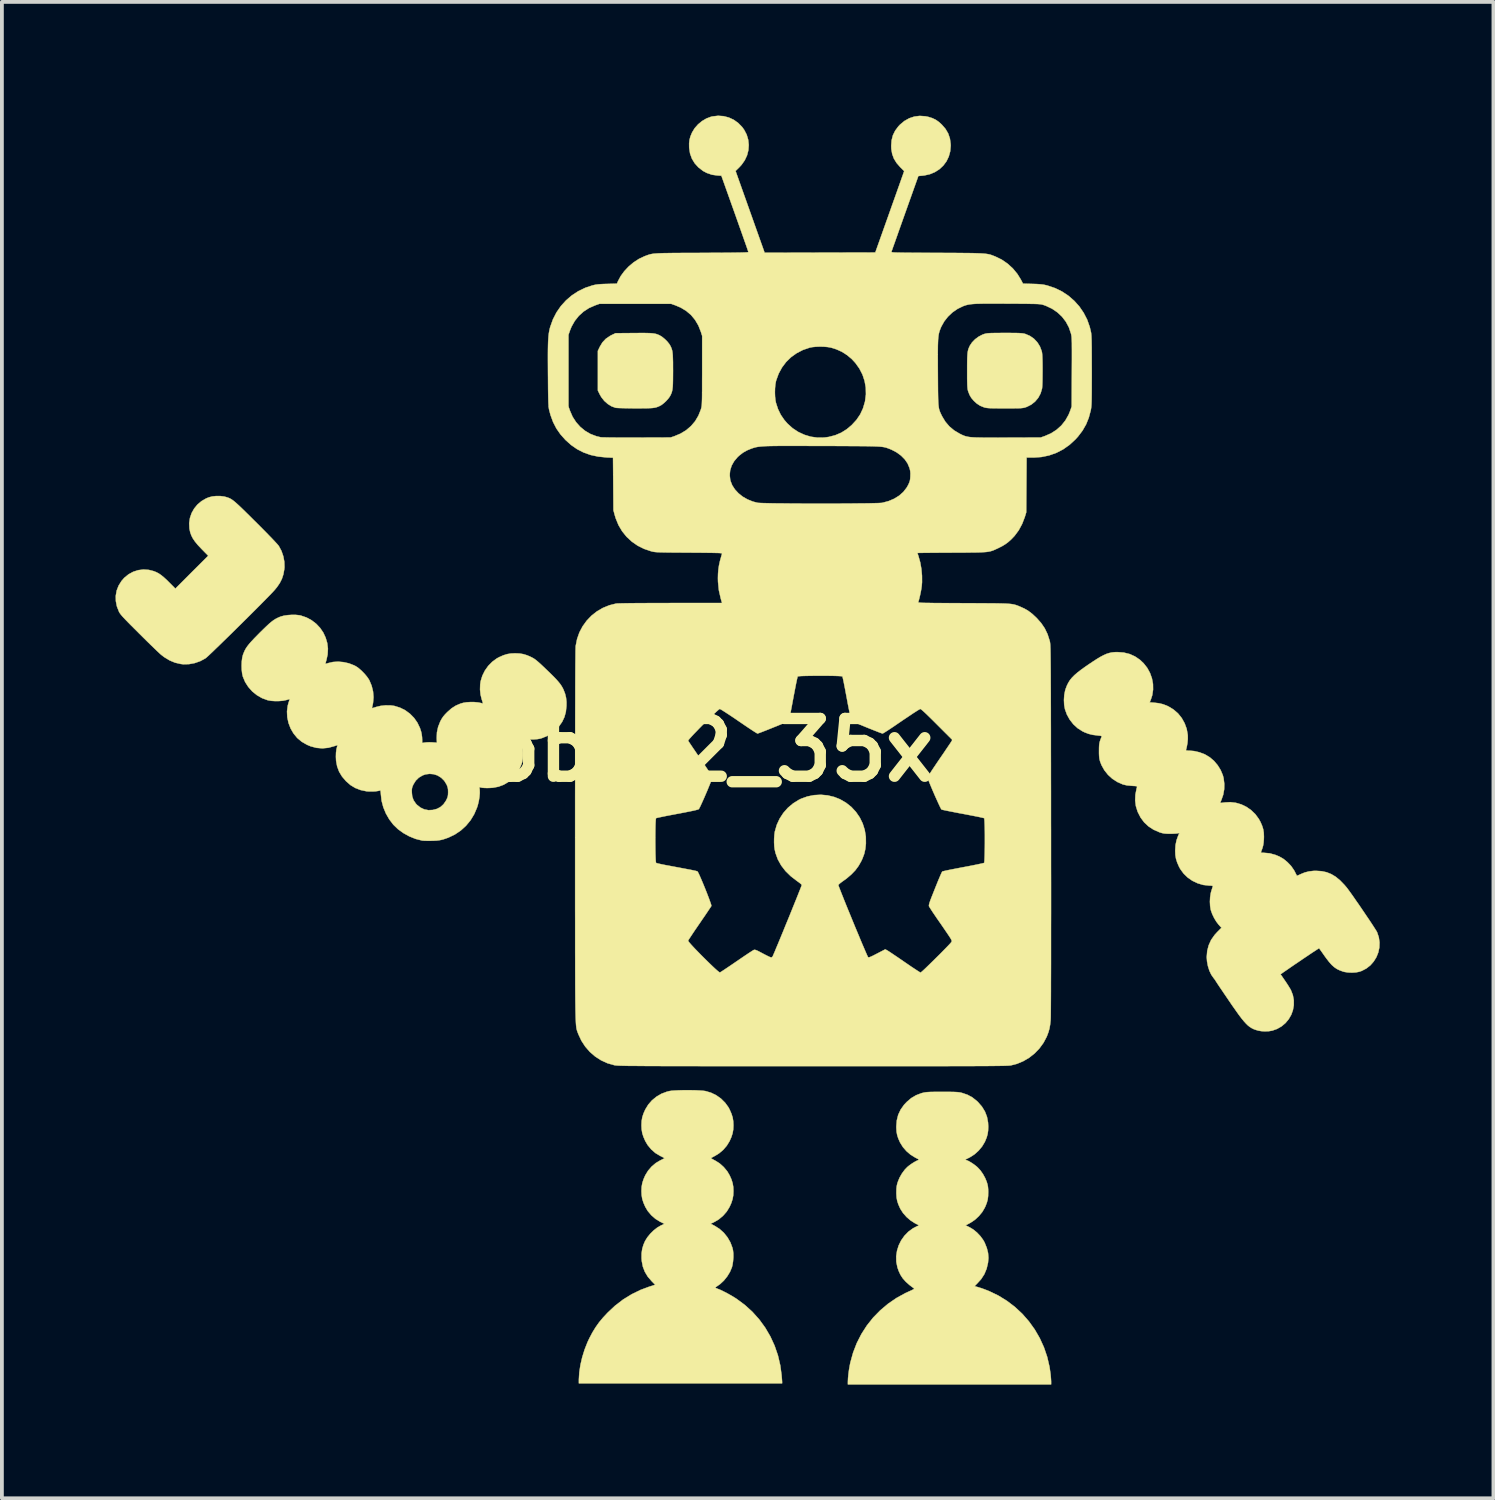
<source format=kicad_pcb>
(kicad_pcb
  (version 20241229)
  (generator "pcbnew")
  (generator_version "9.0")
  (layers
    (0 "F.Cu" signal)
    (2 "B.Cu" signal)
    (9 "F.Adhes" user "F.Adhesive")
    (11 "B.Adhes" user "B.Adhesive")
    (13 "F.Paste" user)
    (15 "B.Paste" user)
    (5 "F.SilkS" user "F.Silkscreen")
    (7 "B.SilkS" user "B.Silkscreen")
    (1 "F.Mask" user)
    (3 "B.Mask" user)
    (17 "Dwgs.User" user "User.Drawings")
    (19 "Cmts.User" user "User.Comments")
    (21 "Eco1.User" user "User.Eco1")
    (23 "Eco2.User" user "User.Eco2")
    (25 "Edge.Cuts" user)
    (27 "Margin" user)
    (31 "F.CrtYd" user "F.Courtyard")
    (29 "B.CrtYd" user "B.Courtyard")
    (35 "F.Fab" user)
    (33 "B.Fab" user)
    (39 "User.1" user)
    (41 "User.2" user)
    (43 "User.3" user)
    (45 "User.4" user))
  (footprint "robot2_35x35"
    (layer "F.Cu")
    (at 16.669 16.742)
    (property "Reference" "robot2_35x35" (at 0 0 0) (layer "F.SilkS") (effects (font (size 1.524 1.524) (thickness 0.3))))
    (attr through_hole)
    (fp_poly (pts (xy -2.647 -11.004) (xy -2.569 -11.002) (xy -2.505 -10.997) (xy -2.453 -10.99) (xy -2.41 -10.981) (xy -2.372 -10.968) (xy -2.335 -10.953) (xy -2.308 -10.94) (xy -2.243 -10.899) (xy -2.174 -10.842) (xy -2.11 -10.778) (xy -2.06 -10.715) (xy -2.05 -10.699) (xy -2.027 -10.659) (xy -2.009 -10.62) (xy -1.994 -10.58) (xy -1.982 -10.535) (xy -1.974 -10.482) (xy -1.968 -10.418) (xy -1.965 -10.338) (xy -1.962 -10.24) (xy -1.962 -10.119) (xy -1.961 -10.012) (xy -1.962 -9.872) (xy -1.963 -9.758) (xy -1.965 -9.664) (xy -1.969 -9.589) (xy -1.976 -9.527) (xy -1.985 -9.477) (xy -1.997 -9.434) (xy -2.013 -9.394) (xy -2.032 -9.355) (xy -2.05 -9.324) (xy -2.09 -9.27) (xy -2.144 -9.21) (xy -2.205 -9.154) (xy -2.264 -9.108) (xy -2.294 -9.091) (xy -2.334 -9.071) (xy -2.371 -9.056) (xy -2.409 -9.043) (xy -2.452 -9.034) (xy -2.504 -9.027) (xy -2.567 -9.023) (xy -2.645 -9.02) (xy -2.742 -9.019) (xy -2.861 -9.018) (xy -2.962 -9.018) (xy -3.076 -9.019) (xy -3.183 -9.021) (xy -3.279 -9.023) (xy -3.361 -9.025) (xy -3.424 -9.028) (xy -3.465 -9.031) (xy -3.477 -9.033) (xy -3.582 -9.071) (xy -3.682 -9.133) (xy -3.774 -9.214) (xy -3.851 -9.311) (xy -3.892 -9.382) (xy -3.944 -9.488) (xy -3.944 -10.534) (xy -3.893 -10.641) (xy -3.824 -10.757) (xy -3.735 -10.852) (xy -3.626 -10.927) (xy -3.585 -10.949) (xy -3.478 -11) (xy -3.006 -11.004) (xy -2.862 -11.005) (xy -2.744 -11.006) (xy -2.647 -11.004)) (stroke (width 0.01) (type solid)) (fill yes) (layer "F.SilkS"))
    (fp_poly (pts (xy 6.923 -11.007) (xy 7.026 -11.006) (xy 7.108 -11.005) (xy 7.172 -11.003) (xy 7.222 -11) (xy 7.261 -10.996) (xy 7.292 -10.991) (xy 7.32 -10.985) (xy 7.336 -10.98) (xy 7.457 -10.928) (xy 7.563 -10.854) (xy 7.651 -10.76) (xy 7.72 -10.65) (xy 7.766 -10.528) (xy 7.775 -10.486) (xy 7.779 -10.448) (xy 7.783 -10.386) (xy 7.786 -10.305) (xy 7.788 -10.211) (xy 7.789 -10.108) (xy 7.789 -10) (xy 7.788 -9.893) (xy 7.787 -9.791) (xy 7.785 -9.699) (xy 7.782 -9.623) (xy 7.778 -9.565) (xy 7.775 -9.538) (xy 7.737 -9.411) (xy 7.676 -9.297) (xy 7.593 -9.198) (xy 7.492 -9.117) (xy 7.376 -9.058) (xy 7.336 -9.044) (xy 7.31 -9.036) (xy 7.282 -9.03) (xy 7.249 -9.026) (xy 7.207 -9.022) (xy 7.154 -9.02) (xy 7.085 -9.019) (xy 6.997 -9.018) (xy 6.886 -9.018) (xy 6.79 -9.018) (xy 6.66 -9.018) (xy 6.556 -9.019) (xy 6.473 -9.02) (xy 6.408 -9.022) (xy 6.357 -9.025) (xy 6.319 -9.029) (xy 6.288 -9.034) (xy 6.261 -9.04) (xy 6.248 -9.044) (xy 6.142 -9.087) (xy 6.052 -9.146) (xy 5.974 -9.218) (xy 5.91 -9.293) (xy 5.865 -9.369) (xy 5.83 -9.458) (xy 5.822 -9.482) (xy 5.816 -9.508) (xy 5.811 -9.54) (xy 5.807 -9.582) (xy 5.804 -9.636) (xy 5.802 -9.706) (xy 5.8 -9.795) (xy 5.8 -9.907) (xy 5.8 -10.012) (xy 5.8 -10.149) (xy 5.801 -10.26) (xy 5.803 -10.351) (xy 5.807 -10.424) (xy 5.812 -10.484) (xy 5.82 -10.532) (xy 5.83 -10.573) (xy 5.844 -10.611) (xy 5.861 -10.649) (xy 5.873 -10.674) (xy 5.93 -10.759) (xy 6.009 -10.84) (xy 6.102 -10.909) (xy 6.203 -10.962) (xy 6.253 -10.98) (xy 6.279 -10.987) (xy 6.307 -10.993) (xy 6.341 -10.998) (xy 6.383 -11.001) (xy 6.438 -11.004) (xy 6.508 -11.005) (xy 6.598 -11.006) (xy 6.71 -11.007) (xy 6.795 -11.007) (xy 6.923 -11.007)) (stroke (width 0.01) (type solid)) (fill yes) (layer "F.SilkS"))
    (fp_poly (pts (xy -13.905 -6.703) (xy -13.808 -6.691) (xy -13.78 -6.684) (xy -13.739 -6.673) (xy -13.703 -6.661) (xy -13.669 -6.648) (xy -13.635 -6.631) (xy -13.599 -6.609) (xy -13.559 -6.58) (xy -13.514 -6.543) (xy -13.461 -6.496) (xy -13.398 -6.438) (xy -13.323 -6.366) (xy -13.235 -6.28) (xy -13.131 -6.178) (xy -13.01 -6.057) (xy -12.978 -6.026) (xy -12.842 -5.89) (xy -12.72 -5.767) (xy -12.615 -5.659) (xy -12.526 -5.567) (xy -12.455 -5.491) (xy -12.402 -5.433) (xy -12.368 -5.393) (xy -12.36 -5.381) (xy -12.292 -5.254) (xy -12.244 -5.114) (xy -12.217 -4.969) (xy -12.213 -4.825) (xy -12.219 -4.768) (xy -12.243 -4.636) (xy -12.281 -4.519) (xy -12.336 -4.41) (xy -12.41 -4.301) (xy -12.48 -4.217) (xy -12.516 -4.178) (xy -12.569 -4.122) (xy -12.637 -4.052) (xy -12.717 -3.97) (xy -12.809 -3.877) (xy -12.91 -3.775) (xy -13.018 -3.667) (xy -13.132 -3.553) (xy -13.25 -3.436) (xy -13.37 -3.317) (xy -13.49 -3.199) (xy -13.608 -3.082) (xy -13.723 -2.97) (xy -13.833 -2.863) (xy -13.935 -2.763) (xy -14.029 -2.673) (xy -14.111 -2.593) (xy -14.181 -2.527) (xy -14.237 -2.475) (xy -14.276 -2.44) (xy -14.297 -2.423) (xy -14.433 -2.349) (xy -14.58 -2.297) (xy -14.73 -2.269) (xy -14.879 -2.265) (xy -14.95 -2.273) (xy -15.101 -2.308) (xy -15.245 -2.368) (xy -15.385 -2.453) (xy -15.462 -2.512) (xy -15.491 -2.537) (xy -15.538 -2.581) (xy -15.6 -2.639) (xy -15.674 -2.711) (xy -15.759 -2.793) (xy -15.852 -2.884) (xy -15.949 -2.98) (xy -16.046 -3.076) (xy -16.161 -3.191) (xy -16.258 -3.288) (xy -16.338 -3.369) (xy -16.403 -3.436) (xy -16.454 -3.49) (xy -16.495 -3.535) (xy -16.526 -3.572) (xy -16.549 -3.602) (xy -16.566 -3.627) (xy -16.579 -3.65) (xy -16.579 -3.651) (xy -16.634 -3.791) (xy -16.662 -3.932) (xy -16.664 -4.073) (xy -16.64 -4.21) (xy -16.589 -4.34) (xy -16.514 -4.461) (xy -16.441 -4.545) (xy -16.329 -4.637) (xy -16.205 -4.705) (xy -16.072 -4.748) (xy -15.933 -4.765) (xy -15.792 -4.755) (xy -15.663 -4.722) (xy -15.596 -4.695) (xy -15.532 -4.662) (xy -15.468 -4.618) (xy -15.398 -4.561) (xy -15.318 -4.488) (xy -15.254 -4.424) (xy -15.092 -4.261) (xy -14.659 -4.695) (xy -14.225 -5.128) (xy -14.406 -5.313) (xy -14.501 -5.414) (xy -14.574 -5.503) (xy -14.63 -5.585) (xy -14.671 -5.665) (xy -14.7 -5.748) (xy -14.719 -5.837) (xy -14.721 -5.851) (xy -14.727 -5.99) (xy -14.707 -6.125) (xy -14.663 -6.254) (xy -14.596 -6.373) (xy -14.509 -6.479) (xy -14.403 -6.569) (xy -14.281 -6.64) (xy -14.207 -6.67) (xy -14.117 -6.693) (xy -14.012 -6.704) (xy -13.905 -6.703)) (stroke (width 0.01) (type solid)) (fill yes) (layer "F.SilkS"))
    (fp_poly (pts (xy -1.476 8.974) (xy -1.365 8.976) (xy -1.263 8.981) (xy -1.178 8.987) (xy -1.114 8.995) (xy -1.104 8.997) (xy -0.958 9.04) (xy -0.821 9.107) (xy -0.696 9.195) (xy -0.588 9.302) (xy -0.5 9.423) (xy -0.468 9.483) (xy -0.42 9.593) (xy -0.388 9.693) (xy -0.372 9.793) (xy -0.367 9.899) (xy -0.372 10.01) (xy -0.39 10.111) (xy -0.422 10.211) (xy -0.468 10.315) (xy -0.541 10.435) (xy -0.636 10.546) (xy -0.747 10.64) (xy -0.85 10.704) (xy -0.899 10.73) (xy -0.937 10.751) (xy -0.957 10.764) (xy -0.959 10.767) (xy -0.948 10.776) (xy -0.917 10.794) (xy -0.872 10.819) (xy -0.85 10.83) (xy -0.731 10.905) (xy -0.623 11.002) (xy -0.53 11.114) (xy -0.468 11.219) (xy -0.419 11.329) (xy -0.388 11.429) (xy -0.371 11.53) (xy -0.367 11.635) (xy -0.372 11.746) (xy -0.39 11.847) (xy -0.422 11.947) (xy -0.468 12.05) (xy -0.543 12.174) (xy -0.64 12.285) (xy -0.752 12.38) (xy -0.854 12.441) (xy -0.968 12.498) (xy -0.863 12.552) (xy -0.735 12.633) (xy -0.621 12.735) (xy -0.525 12.855) (xy -0.448 12.988) (xy -0.395 13.129) (xy -0.38 13.191) (xy -0.37 13.277) (xy -0.369 13.379) (xy -0.377 13.485) (xy -0.392 13.583) (xy -0.407 13.645) (xy -0.459 13.768) (xy -0.532 13.888) (xy -0.62 13.997) (xy -0.719 14.089) (xy -0.78 14.132) (xy -0.816 14.157) (xy -0.841 14.175) (xy -0.847 14.182) (xy -0.835 14.191) (xy -0.805 14.205) (xy -0.794 14.209) (xy -0.716 14.24) (xy -0.623 14.285) (xy -0.522 14.337) (xy -0.419 14.395) (xy -0.322 14.454) (xy -0.285 14.478) (xy -0.065 14.641) (xy 0.135 14.823) (xy 0.314 15.023) (xy 0.472 15.24) (xy 0.607 15.471) (xy 0.719 15.715) (xy 0.807 15.971) (xy 0.869 16.237) (xy 0.902 16.482) (xy 0.908 16.55) (xy 0.913 16.609) (xy 0.916 16.654) (xy 0.917 16.676) (xy 0.917 16.708) (xy -4.445 16.708) (xy -4.445 16.605) (xy -4.434 16.421) (xy -4.404 16.223) (xy -4.357 16.02) (xy -4.294 15.817) (xy -4.217 15.622) (xy -4.167 15.516) (xy -4.086 15.362) (xy -4.002 15.226) (xy -3.912 15.099) (xy -3.808 14.974) (xy -3.69 14.847) (xy -3.492 14.661) (xy -3.279 14.497) (xy -3.051 14.357) (xy -2.813 14.241) (xy -2.595 14.16) (xy -2.431 14.108) (xy -2.524 14.013) (xy -2.628 13.892) (xy -2.704 13.766) (xy -2.756 13.631) (xy -2.785 13.483) (xy -2.791 13.406) (xy -2.79 13.275) (xy -2.773 13.159) (xy -2.74 13.048) (xy -2.699 12.954) (xy -2.64 12.858) (xy -2.562 12.762) (xy -2.472 12.673) (xy -2.376 12.598) (xy -2.298 12.552) (xy -2.19 12.499) (xy -2.303 12.443) (xy -2.424 12.368) (xy -2.535 12.271) (xy -2.629 12.159) (xy -2.693 12.051) (xy -2.741 11.941) (xy -2.773 11.841) (xy -2.789 11.74) (xy -2.794 11.635) (xy -2.789 11.524) (xy -2.771 11.423) (xy -2.739 11.323) (xy -2.693 11.218) (xy -2.619 11.097) (xy -2.524 10.987) (xy -2.414 10.894) (xy -2.302 10.828) (xy -2.252 10.803) (xy -2.213 10.783) (xy -2.191 10.77) (xy -2.189 10.767) (xy -2.201 10.758) (xy -2.232 10.74) (xy -2.278 10.717) (xy -2.304 10.704) (xy -2.426 10.631) (xy -2.535 10.536) (xy -2.629 10.423) (xy -2.693 10.315) (xy -2.741 10.205) (xy -2.773 10.104) (xy -2.789 10.003) (xy -2.794 9.899) (xy -2.789 9.789) (xy -2.772 9.688) (xy -2.74 9.588) (xy -2.693 9.483) (xy -2.616 9.356) (xy -2.517 9.242) (xy -2.399 9.145) (xy -2.268 9.068) (xy -2.125 9.014) (xy -2.057 8.997) (xy -1.999 8.988) (xy -1.917 8.982) (xy -1.819 8.977) (xy -1.709 8.974) (xy -1.593 8.973) (xy -1.476 8.974)) (stroke (width 0.01) (type solid)) (fill yes) (layer "F.SilkS"))
    (fp_poly (pts (xy 5.266 9.017) (xy 5.364 9.018) (xy 5.442 9.019) (xy 5.503 9.022) (xy 5.552 9.025) (xy 5.593 9.03) (xy 5.628 9.036) (xy 5.663 9.045) (xy 5.664 9.045) (xy 5.808 9.094) (xy 5.936 9.163) (xy 6.055 9.258) (xy 6.083 9.284) (xy 6.19 9.407) (xy 6.27 9.538) (xy 6.323 9.677) (xy 6.351 9.828) (xy 6.356 9.927) (xy 6.353 10.035) (xy 6.34 10.127) (xy 6.316 10.216) (xy 6.277 10.312) (xy 6.263 10.342) (xy 6.193 10.459) (xy 6.101 10.569) (xy 5.994 10.665) (xy 5.878 10.74) (xy 5.86 10.75) (xy 5.744 10.807) (xy 5.792 10.823) (xy 5.842 10.845) (xy 5.905 10.882) (xy 5.973 10.927) (xy 6.037 10.976) (xy 6.075 11.009) (xy 6.148 11.088) (xy 6.217 11.186) (xy 6.275 11.292) (xy 6.316 11.392) (xy 6.336 11.459) (xy 6.348 11.52) (xy 6.354 11.588) (xy 6.355 11.656) (xy 6.353 11.764) (xy 6.342 11.855) (xy 6.319 11.941) (xy 6.283 12.034) (xy 6.262 12.078) (xy 6.196 12.19) (xy 6.108 12.296) (xy 6.006 12.391) (xy 5.894 12.467) (xy 5.867 12.482) (xy 5.758 12.539) (xy 5.86 12.588) (xy 5.96 12.648) (xy 6.059 12.729) (xy 6.149 12.824) (xy 6.223 12.926) (xy 6.262 12.996) (xy 6.318 13.136) (xy 6.351 13.268) (xy 6.361 13.399) (xy 6.35 13.526) (xy 6.313 13.684) (xy 6.253 13.828) (xy 6.169 13.958) (xy 6.078 14.059) (xy 6.041 14.097) (xy 6.013 14.126) (xy 6 14.143) (xy 5.999 14.144) (xy 6.014 14.149) (xy 6.05 14.16) (xy 6.099 14.174) (xy 6.117 14.18) (xy 6.18 14.199) (xy 6.256 14.227) (xy 6.335 14.257) (xy 6.379 14.275) (xy 6.622 14.392) (xy 6.85 14.532) (xy 7.061 14.693) (xy 7.255 14.874) (xy 7.429 15.073) (xy 7.583 15.287) (xy 7.716 15.517) (xy 7.826 15.759) (xy 7.912 16.012) (xy 7.973 16.275) (xy 8.001 16.47) (xy 8.007 16.537) (xy 8.012 16.603) (xy 8.015 16.655) (xy 8.015 16.669) (xy 8.015 16.736) (xy 2.653 16.736) (xy 2.653 16.665) (xy 2.657 16.574) (xy 2.667 16.466) (xy 2.683 16.348) (xy 2.704 16.229) (xy 2.718 16.159) (xy 2.791 15.896) (xy 2.888 15.645) (xy 3.01 15.406) (xy 3.154 15.182) (xy 3.32 14.973) (xy 3.507 14.782) (xy 3.712 14.609) (xy 3.935 14.456) (xy 4.174 14.325) (xy 4.279 14.277) (xy 4.342 14.249) (xy 4.381 14.228) (xy 4.399 14.214) (xy 4.399 14.204) (xy 4.397 14.203) (xy 4.276 14.112) (xy 4.178 14.024) (xy 4.1 13.936) (xy 4.039 13.842) (xy 3.991 13.738) (xy 3.96 13.647) (xy 3.931 13.502) (xy 3.928 13.354) (xy 3.95 13.208) (xy 3.994 13.067) (xy 4.06 12.934) (xy 4.146 12.813) (xy 4.25 12.706) (xy 4.371 12.618) (xy 4.47 12.566) (xy 4.531 12.54) (xy 4.421 12.483) (xy 4.308 12.411) (xy 4.202 12.32) (xy 4.109 12.215) (xy 4.037 12.103) (xy 4.025 12.078) (xy 3.982 11.98) (xy 3.954 11.892) (xy 3.938 11.804) (xy 3.932 11.705) (xy 3.932 11.656) (xy 3.934 11.574) (xy 3.941 11.508) (xy 3.954 11.447) (xy 3.971 11.392) (xy 4.017 11.28) (xy 4.081 11.169) (xy 4.156 11.068) (xy 4.222 11) (xy 4.272 10.959) (xy 4.332 10.916) (xy 4.396 10.875) (xy 4.456 10.842) (xy 4.503 10.82) (xy 4.512 10.817) (xy 4.523 10.811) (xy 4.52 10.801) (xy 4.498 10.786) (xy 4.454 10.763) (xy 4.427 10.749) (xy 4.308 10.676) (xy 4.199 10.582) (xy 4.105 10.474) (xy 4.032 10.357) (xy 4.025 10.343) (xy 3.981 10.243) (xy 3.953 10.154) (xy 3.937 10.064) (xy 3.931 9.963) (xy 3.931 9.927) (xy 3.944 9.769) (xy 3.981 9.622) (xy 4.045 9.486) (xy 4.135 9.359) (xy 4.204 9.285) (xy 4.323 9.183) (xy 4.451 9.107) (xy 4.592 9.053) (xy 4.623 9.045) (xy 4.658 9.037) (xy 4.693 9.03) (xy 4.734 9.025) (xy 4.782 9.022) (xy 4.843 9.019) (xy 4.921 9.018) (xy 5.018 9.017) (xy 5.14 9.017) (xy 5.144 9.017) (xy 5.266 9.017)) (stroke (width 0.01) (type solid)) (fill yes) (layer "F.SilkS"))
    (fp_poly (pts (xy -11.912 -3.568) (xy -11.817 -3.558) (xy -11.782 -3.55) (xy -11.632 -3.499) (xy -11.497 -3.426) (xy -11.377 -3.334) (xy -11.274 -3.225) (xy -11.19 -3.102) (xy -11.127 -2.967) (xy -11.085 -2.824) (xy -11.067 -2.676) (xy -11.075 -2.524) (xy -11.107 -2.376) (xy -11.121 -2.329) (xy -11.129 -2.294) (xy -11.131 -2.278) (xy -11.131 -2.278) (xy -11.116 -2.279) (xy -11.083 -2.288) (xy -11.063 -2.295) (xy -10.935 -2.325) (xy -10.797 -2.334) (xy -10.654 -2.321) (xy -10.512 -2.289) (xy -10.378 -2.237) (xy -10.329 -2.212) (xy -10.259 -2.164) (xy -10.183 -2.098) (xy -10.107 -2.021) (xy -10.039 -1.941) (xy -9.986 -1.864) (xy -9.972 -1.839) (xy -9.913 -1.697) (xy -9.876 -1.547) (xy -9.864 -1.396) (xy -9.876 -1.248) (xy -9.885 -1.201) (xy -9.896 -1.155) (xy -9.902 -1.121) (xy -9.903 -1.107) (xy -9.889 -1.109) (xy -9.855 -1.119) (xy -9.807 -1.134) (xy -9.796 -1.138) (xy -9.677 -1.167) (xy -9.547 -1.181) (xy -9.416 -1.18) (xy -9.313 -1.166) (xy -9.165 -1.12) (xy -9.027 -1.051) (xy -8.902 -0.959) (xy -8.794 -0.849) (xy -8.705 -0.722) (xy -8.638 -0.581) (xy -8.607 -0.485) (xy -8.593 -0.417) (xy -8.583 -0.343) (xy -8.58 -0.282) (xy -8.58 -0.188) (xy -8.505 -0.2) (xy -8.455 -0.205) (xy -8.389 -0.207) (xy -8.321 -0.205) (xy -8.311 -0.204) (xy -8.191 -0.196) (xy -8.196 -0.318) (xy -8.19 -0.468) (xy -8.159 -0.612) (xy -8.102 -0.756) (xy -8.097 -0.766) (xy -8.062 -0.829) (xy -8.025 -0.885) (xy -7.977 -0.941) (xy -7.918 -1.002) (xy -7.806 -1.101) (xy -7.692 -1.174) (xy -7.57 -1.226) (xy -7.493 -1.248) (xy -7.406 -1.262) (xy -7.305 -1.268) (xy -7.201 -1.267) (xy -7.106 -1.258) (xy -7.063 -1.25) (xy -7.018 -1.24) (xy -6.987 -1.233) (xy -6.976 -1.232) (xy -6.979 -1.246) (xy -6.989 -1.279) (xy -7.004 -1.327) (xy -7.009 -1.341) (xy -7.039 -1.463) (xy -7.053 -1.597) (xy -7.049 -1.731) (xy -7.036 -1.82) (xy -6.992 -1.963) (xy -6.925 -2.098) (xy -6.837 -2.222) (xy -6.731 -2.33) (xy -6.612 -2.418) (xy -6.548 -2.453) (xy -6.439 -2.501) (xy -6.34 -2.532) (xy -6.241 -2.549) (xy -6.13 -2.554) (xy -6.124 -2.554) (xy -6.01 -2.549) (xy -5.909 -2.532) (xy -5.809 -2.501) (xy -5.703 -2.454) (xy -5.665 -2.434) (xy -5.63 -2.414) (xy -5.594 -2.389) (xy -5.555 -2.358) (xy -5.508 -2.318) (xy -5.45 -2.266) (xy -5.379 -2.199) (xy -5.305 -2.128) (xy -5.198 -2.025) (xy -5.11 -1.938) (xy -5.039 -1.864) (xy -4.982 -1.799) (xy -4.936 -1.741) (xy -4.9 -1.688) (xy -4.87 -1.635) (xy -4.852 -1.598) (xy -4.81 -1.49) (xy -4.784 -1.384) (xy -4.772 -1.271) (xy -4.773 -1.164) (xy -4.789 -1.01) (xy -4.827 -0.872) (xy -4.887 -0.745) (xy -4.972 -0.625) (xy -5.045 -0.544) (xy -5.154 -0.452) (xy -5.28 -0.375) (xy -5.414 -0.319) (xy -5.468 -0.303) (xy -5.54 -0.29) (xy -5.628 -0.283) (xy -5.723 -0.282) (xy -5.814 -0.287) (xy -5.891 -0.297) (xy -5.913 -0.302) (xy -5.955 -0.312) (xy -5.984 -0.319) (xy -5.992 -0.32) (xy -5.989 -0.306) (xy -5.979 -0.273) (xy -5.963 -0.226) (xy -5.958 -0.212) (xy -5.942 -0.163) (xy -5.931 -0.119) (xy -5.925 -0.072) (xy -5.922 -0.014) (xy -5.921 0.064) (xy -5.921 0.078) (xy -5.921 0.157) (xy -5.923 0.216) (xy -5.929 0.263) (xy -5.938 0.306) (xy -5.952 0.353) (xy -5.96 0.374) (xy -6.017 0.509) (xy -6.089 0.625) (xy -6.181 0.732) (xy -6.187 0.738) (xy -6.305 0.839) (xy -6.43 0.914) (xy -6.567 0.965) (xy -6.717 0.993) (xy -6.795 0.998) (xy -6.865 1) (xy -6.932 0.998) (xy -6.986 0.994) (xy -7.011 0.99) (xy -7.071 0.976) (xy -7.062 1.049) (xy -7.06 1.131) (xy -7.068 1.23) (xy -7.085 1.338) (xy -7.111 1.447) (xy -7.132 1.514) (xy -7.207 1.69) (xy -7.304 1.851) (xy -7.423 1.995) (xy -7.561 2.121) (xy -7.717 2.226) (xy -7.89 2.309) (xy -8.011 2.351) (xy -8.074 2.368) (xy -8.134 2.379) (xy -8.2 2.387) (xy -8.281 2.391) (xy -8.326 2.392) (xy -8.403 2.393) (xy -8.477 2.392) (xy -8.539 2.39) (xy -8.582 2.386) (xy -8.584 2.385) (xy -8.754 2.342) (xy -8.92 2.275) (xy -9.077 2.188) (xy -9.22 2.084) (xy -9.34 1.968) (xy -9.448 1.827) (xy -9.537 1.672) (xy -9.605 1.507) (xy -9.65 1.338) (xy -9.669 1.169) (xy -9.669 1.167) (xy -9.673 1.108) (xy -9.673 1.107) (xy -8.854 1.107) (xy -8.854 1.107) (xy -8.843 1.221) (xy -8.808 1.321) (xy -8.748 1.41) (xy -8.718 1.443) (xy -8.626 1.516) (xy -8.524 1.564) (xy -8.414 1.585) (xy -8.299 1.579) (xy -8.189 1.55) (xy -8.097 1.501) (xy -8.016 1.428) (xy -7.952 1.335) (xy -7.942 1.315) (xy -7.917 1.262) (xy -7.903 1.218) (xy -7.897 1.17) (xy -7.895 1.108) (xy -7.897 1.041) (xy -7.905 0.99) (xy -7.921 0.942) (xy -7.935 0.909) (xy -7.996 0.809) (xy -8.078 0.728) (xy -8.177 0.667) (xy -8.277 0.635) (xy -8.384 0.626) (xy -8.49 0.639) (xy -8.567 0.666) (xy -8.668 0.726) (xy -8.748 0.804) (xy -8.809 0.901) (xy -8.833 0.954) (xy -8.847 0.998) (xy -8.853 1.045) (xy -8.854 1.107) (xy -9.673 1.107) (xy -9.679 1.074) (xy -9.688 1.064) (xy -9.69 1.065) (xy -9.741 1.077) (xy -9.811 1.087) (xy -9.89 1.092) (xy -9.97 1.092) (xy -10.041 1.087) (xy -10.049 1.086) (xy -10.205 1.053) (xy -10.345 0.999) (xy -10.472 0.922) (xy -10.589 0.819) (xy -10.694 0.697) (xy -10.771 0.569) (xy -10.823 0.431) (xy -10.851 0.281) (xy -10.856 0.176) (xy -10.853 0.068) (xy -10.842 -0.02) (xy -10.823 -0.096) (xy -10.814 -0.119) (xy -10.819 -0.127) (xy -10.844 -0.123) (xy -10.891 -0.108) (xy -10.896 -0.106) (xy -11.055 -0.062) (xy -11.212 -0.047) (xy -11.369 -0.06) (xy -11.523 -0.101) (xy -11.62 -0.142) (xy -11.759 -0.222) (xy -11.877 -0.321) (xy -11.975 -0.441) (xy -12.051 -0.572) (xy -12.107 -0.718) (xy -12.139 -0.869) (xy -12.146 -1.022) (xy -12.127 -1.171) (xy -12.104 -1.255) (xy -12.072 -1.349) (xy -12.164 -1.322) (xy -12.248 -1.304) (xy -12.348 -1.295) (xy -12.455 -1.293) (xy -12.559 -1.3) (xy -12.648 -1.315) (xy -12.658 -1.318) (xy -12.805 -1.372) (xy -12.94 -1.45) (xy -13.062 -1.548) (xy -13.166 -1.665) (xy -13.25 -1.795) (xy -13.31 -1.938) (xy -13.311 -1.94) (xy -13.33 -2.024) (xy -13.341 -2.123) (xy -13.344 -2.231) (xy -13.34 -2.337) (xy -13.328 -2.434) (xy -13.309 -2.512) (xy -13.285 -2.574) (xy -13.26 -2.631) (xy -13.23 -2.685) (xy -13.192 -2.741) (xy -13.145 -2.801) (xy -13.086 -2.868) (xy -13.012 -2.947) (xy -12.922 -3.039) (xy -12.864 -3.098) (xy -12.766 -3.194) (xy -12.684 -3.273) (xy -12.615 -3.337) (xy -12.555 -3.387) (xy -12.502 -3.427) (xy -12.452 -3.459) (xy -12.402 -3.485) (xy -12.349 -3.509) (xy -12.308 -3.525) (xy -12.226 -3.547) (xy -12.126 -3.562) (xy -12.018 -3.569) (xy -11.912 -3.568)) (stroke (width 0.01) (type solid)) (fill yes) (layer "F.SilkS"))
    (fp_poly (pts (xy 9.93 -2.574) (xy 10.084 -2.536) (xy 10.227 -2.472) (xy 10.358 -2.383) (xy 10.454 -2.293) (xy 10.55 -2.171) (xy 10.624 -2.036) (xy 10.675 -1.893) (xy 10.703 -1.744) (xy 10.705 -1.594) (xy 10.683 -1.447) (xy 10.648 -1.339) (xy 10.616 -1.26) (xy 10.737 -1.251) (xy 10.857 -1.237) (xy 10.962 -1.212) (xy 11.064 -1.174) (xy 11.113 -1.151) (xy 11.247 -1.069) (xy 11.365 -0.966) (xy 11.462 -0.845) (xy 11.538 -0.708) (xy 11.592 -0.56) (xy 11.62 -0.401) (xy 11.621 -0.385) (xy 11.622 -0.292) (xy 11.612 -0.186) (xy 11.593 -0.08) (xy 11.577 -0.018) (xy 11.574 -0.000249) (xy 11.58 0.009) (xy 11.603 0.013) (xy 11.647 0.014) (xy 11.655 0.014) (xy 11.788 0.025) (xy 11.926 0.057) (xy 12.061 0.107) (xy 12.078 0.116) (xy 12.202 0.19) (xy 12.314 0.286) (xy 12.411 0.401) (xy 12.489 0.528) (xy 12.546 0.664) (xy 12.566 0.741) (xy 12.584 0.887) (xy 12.581 1.036) (xy 12.555 1.179) (xy 12.51 1.309) (xy 12.492 1.351) (xy 12.481 1.381) (xy 12.479 1.392) (xy 12.494 1.393) (xy 12.53 1.39) (xy 12.58 1.383) (xy 12.594 1.381) (xy 12.743 1.373) (xy 12.891 1.391) (xy 13.034 1.433) (xy 13.17 1.499) (xy 13.293 1.585) (xy 13.403 1.691) (xy 13.494 1.815) (xy 13.54 1.898) (xy 13.583 1.997) (xy 13.611 2.088) (xy 13.626 2.181) (xy 13.63 2.286) (xy 13.628 2.353) (xy 13.621 2.44) (xy 13.61 2.513) (xy 13.591 2.583) (xy 13.562 2.663) (xy 13.554 2.685) (xy 13.551 2.698) (xy 13.561 2.706) (xy 13.589 2.709) (xy 13.633 2.71) (xy 13.781 2.723) (xy 13.931 2.764) (xy 14.039 2.809) (xy 14.149 2.873) (xy 14.253 2.959) (xy 14.347 3.058) (xy 14.421 3.164) (xy 14.443 3.203) (xy 14.467 3.252) (xy 14.487 3.29) (xy 14.498 3.312) (xy 14.5 3.314) (xy 14.514 3.311) (xy 14.546 3.298) (xy 14.59 3.278) (xy 14.593 3.276) (xy 14.707 3.229) (xy 14.818 3.201) (xy 14.936 3.187) (xy 15.014 3.186) (xy 15.155 3.195) (xy 15.285 3.223) (xy 15.407 3.272) (xy 15.524 3.342) (xy 15.638 3.436) (xy 15.754 3.556) (xy 15.809 3.62) (xy 15.839 3.659) (xy 15.88 3.715) (xy 15.933 3.788) (xy 15.993 3.873) (xy 16.059 3.969) (xy 16.13 4.07) (xy 16.202 4.176) (xy 16.275 4.283) (xy 16.345 4.387) (xy 16.412 4.486) (xy 16.473 4.578) (xy 16.525 4.658) (xy 16.568 4.725) (xy 16.599 4.774) (xy 16.615 4.804) (xy 16.616 4.805) (xy 16.661 4.938) (xy 16.68 5.074) (xy 16.675 5.209) (xy 16.647 5.34) (xy 16.597 5.464) (xy 16.527 5.577) (xy 16.439 5.678) (xy 16.333 5.761) (xy 16.211 5.825) (xy 16.143 5.848) (xy 16.056 5.865) (xy 15.954 5.871) (xy 15.85 5.867) (xy 15.754 5.852) (xy 15.72 5.843) (xy 15.632 5.811) (xy 15.555 5.774) (xy 15.485 5.726) (xy 15.418 5.666) (xy 15.349 5.588) (xy 15.274 5.491) (xy 15.232 5.433) (xy 15.186 5.367) (xy 15.146 5.31) (xy 15.114 5.266) (xy 15.093 5.237) (xy 15.085 5.229) (xy 15.073 5.235) (xy 15.039 5.256) (xy 14.988 5.29) (xy 14.921 5.333) (xy 14.842 5.386) (xy 14.753 5.446) (xy 14.656 5.511) (xy 14.555 5.58) (xy 14.451 5.65) (xy 14.349 5.72) (xy 14.25 5.789) (xy 14.171 5.843) (xy 14.069 5.914) (xy 14.187 6.086) (xy 14.233 6.154) (xy 14.276 6.221) (xy 14.312 6.28) (xy 14.338 6.324) (xy 14.342 6.332) (xy 14.393 6.463) (xy 14.418 6.597) (xy 14.418 6.73) (xy 14.395 6.861) (xy 14.35 6.985) (xy 14.284 7.099) (xy 14.199 7.201) (xy 14.096 7.288) (xy 13.977 7.356) (xy 13.851 7.401) (xy 13.762 7.416) (xy 13.661 7.421) (xy 13.562 7.415) (xy 13.479 7.4) (xy 13.417 7.382) (xy 13.361 7.362) (xy 13.309 7.336) (xy 13.259 7.305) (xy 13.208 7.265) (xy 13.156 7.214) (xy 13.099 7.151) (xy 13.036 7.074) (xy 12.965 6.98) (xy 12.885 6.867) (xy 12.792 6.735) (xy 12.717 6.625) (xy 12.645 6.519) (xy 12.577 6.419) (xy 12.515 6.327) (xy 12.461 6.248) (xy 12.417 6.182) (xy 12.385 6.133) (xy 12.365 6.103) (xy 12.361 6.096) (xy 12.34 6.062) (xy 12.31 6.023) (xy 12.303 6.014) (xy 12.242 5.927) (xy 12.191 5.82) (xy 12.153 5.699) (xy 12.129 5.573) (xy 12.121 5.461) (xy 12.134 5.299) (xy 12.173 5.149) (xy 12.237 5.008) (xy 12.329 4.877) (xy 12.396 4.803) (xy 12.51 4.688) (xy 12.435 4.605) (xy 12.374 4.526) (xy 12.316 4.429) (xy 12.266 4.325) (xy 12.231 4.226) (xy 12.227 4.213) (xy 12.211 4.113) (xy 12.205 3.998) (xy 12.211 3.881) (xy 12.228 3.773) (xy 12.239 3.73) (xy 12.256 3.676) (xy 12.27 3.63) (xy 12.28 3.602) (xy 12.282 3.598) (xy 12.282 3.587) (xy 12.268 3.58) (xy 12.235 3.576) (xy 12.184 3.574) (xy 12.03 3.557) (xy 11.883 3.514) (xy 11.745 3.449) (xy 11.62 3.363) (xy 11.512 3.258) (xy 11.423 3.137) (xy 11.39 3.076) (xy 11.342 2.967) (xy 11.311 2.868) (xy 11.294 2.769) (xy 11.289 2.657) (xy 11.289 2.653) (xy 11.298 2.507) (xy 11.325 2.376) (xy 11.365 2.266) (xy 11.4 2.187) (xy 11.341 2.198) (xy 11.301 2.202) (xy 11.243 2.205) (xy 11.175 2.207) (xy 11.134 2.207) (xy 11.055 2.205) (xy 10.993 2.199) (xy 10.937 2.187) (xy 10.874 2.168) (xy 10.873 2.167) (xy 10.721 2.101) (xy 10.587 2.014) (xy 10.471 1.906) (xy 10.376 1.779) (xy 10.302 1.634) (xy 10.297 1.623) (xy 10.252 1.477) (xy 10.233 1.33) (xy 10.239 1.178) (xy 10.27 1.017) (xy 10.281 0.979) (xy 10.283 0.966) (xy 10.278 0.957) (xy 10.261 0.951) (xy 10.226 0.947) (xy 10.17 0.944) (xy 10.144 0.942) (xy 10.014 0.93) (xy 9.911 0.906) (xy 9.906 0.904) (xy 9.762 0.841) (xy 9.631 0.756) (xy 9.516 0.651) (xy 9.419 0.529) (xy 9.344 0.394) (xy 9.309 0.303) (xy 9.296 0.256) (xy 9.287 0.21) (xy 9.282 0.157) (xy 9.279 0.09) (xy 9.279 0.014) (xy 9.28 -0.068) (xy 9.283 -0.131) (xy 9.29 -0.183) (xy 9.302 -0.232) (xy 9.321 -0.287) (xy 9.348 -0.354) (xy 9.349 -0.366) (xy 9.337 -0.374) (xy 9.307 -0.38) (xy 9.255 -0.385) (xy 9.24 -0.387) (xy 9.113 -0.403) (xy 9.002 -0.43) (xy 8.894 -0.472) (xy 8.841 -0.498) (xy 8.714 -0.579) (xy 8.602 -0.682) (xy 8.507 -0.803) (xy 8.432 -0.938) (xy 8.381 -1.079) (xy 8.36 -1.194) (xy 8.354 -1.322) (xy 8.362 -1.451) (xy 8.385 -1.571) (xy 8.4 -1.62) (xy 8.432 -1.703) (xy 8.469 -1.777) (xy 8.512 -1.846) (xy 8.566 -1.912) (xy 8.632 -1.979) (xy 8.713 -2.049) (xy 8.812 -2.125) (xy 8.932 -2.211) (xy 8.989 -2.25) (xy 9.117 -2.336) (xy 9.227 -2.407) (xy 9.321 -2.463) (xy 9.403 -2.506) (xy 9.477 -2.539) (xy 9.546 -2.561) (xy 9.614 -2.576) (xy 9.684 -2.584) (xy 9.76 -2.586) (xy 9.765 -2.586) (xy 9.93 -2.574)) (stroke (width 0.01) (type solid)) (fill yes) (layer "F.SilkS"))
    (fp_poly (pts (xy -0.628 -16.727) (xy -0.489 -16.691) (xy -0.359 -16.631) (xy -0.242 -16.547) (xy -0.139 -16.442) (xy -0.085 -16.368) (xy -0.018 -16.24) (xy 0.022 -16.105) (xy 0.037 -15.967) (xy 0.027 -15.829) (xy -0.008 -15.693) (xy -0.068 -15.564) (xy -0.152 -15.444) (xy -0.207 -15.384) (xy -0.311 -15.281) (xy 0.456 -13.123) (xy 3.376 -13.13) (xy 3.719 -14.094) (xy 3.776 -14.255) (xy 3.831 -14.411) (xy 3.884 -14.559) (xy 3.933 -14.696) (xy 3.977 -14.821) (xy 4.016 -14.931) (xy 4.049 -15.024) (xy 4.074 -15.096) (xy 4.092 -15.146) (xy 4.1 -15.168) (xy 4.138 -15.278) (xy 4.033 -15.383) (xy 3.937 -15.493) (xy 3.867 -15.607) (xy 3.822 -15.729) (xy 3.799 -15.863) (xy 3.796 -15.946) (xy 3.807 -16.091) (xy 3.841 -16.223) (xy 3.9 -16.343) (xy 3.984 -16.456) (xy 4.028 -16.503) (xy 4.144 -16.6) (xy 4.271 -16.671) (xy 4.406 -16.716) (xy 4.548 -16.734) (xy 4.695 -16.724) (xy 4.775 -16.708) (xy 4.88 -16.675) (xy 4.97 -16.632) (xy 5.053 -16.574) (xy 5.131 -16.503) (xy 5.229 -16.39) (xy 5.3 -16.268) (xy 5.345 -16.135) (xy 5.364 -15.991) (xy 5.366 -15.946) (xy 5.352 -15.798) (xy 5.314 -15.66) (xy 5.253 -15.534) (xy 5.17 -15.423) (xy 5.069 -15.328) (xy 4.95 -15.252) (xy 4.816 -15.196) (xy 4.669 -15.163) (xy 4.618 -15.157) (xy 4.512 -15.148) (xy 4.162 -14.165) (xy 4.105 -14.005) (xy 4.051 -13.853) (xy 4 -13.71) (xy 3.954 -13.578) (xy 3.912 -13.46) (xy 3.876 -13.358) (xy 3.846 -13.275) (xy 3.824 -13.211) (xy 3.809 -13.17) (xy 3.804 -13.154) (xy 3.802 -13.149) (xy 3.803 -13.144) (xy 3.808 -13.14) (xy 3.818 -13.137) (xy 3.835 -13.134) (xy 3.862 -13.132) (xy 3.899 -13.13) (xy 3.948 -13.128) (xy 4.012 -13.127) (xy 4.092 -13.125) (xy 4.19 -13.124) (xy 4.307 -13.123) (xy 4.445 -13.122) (xy 4.606 -13.121) (xy 4.792 -13.121) (xy 5.004 -13.12) (xy 5.012 -13.12) (xy 5.233 -13.119) (xy 5.428 -13.118) (xy 5.598 -13.117) (xy 5.746 -13.115) (xy 5.873 -13.114) (xy 5.983 -13.112) (xy 6.075 -13.109) (xy 6.154 -13.106) (xy 6.22 -13.102) (xy 6.275 -13.097) (xy 6.322 -13.091) (xy 6.363 -13.084) (xy 6.399 -13.076) (xy 6.432 -13.066) (xy 6.464 -13.054) (xy 6.498 -13.041) (xy 6.536 -13.026) (xy 6.54 -13.025) (xy 6.709 -12.943) (xy 6.864 -12.837) (xy 7.004 -12.71) (xy 7.125 -12.564) (xy 7.218 -12.413) (xy 7.273 -12.308) (xy 7.528 -12.301) (xy 7.628 -12.298) (xy 7.706 -12.293) (xy 7.77 -12.287) (xy 7.826 -12.279) (xy 7.881 -12.267) (xy 7.923 -12.256) (xy 8.119 -12.19) (xy 8.303 -12.1) (xy 8.472 -11.988) (xy 8.624 -11.856) (xy 8.759 -11.706) (xy 8.873 -11.539) (xy 8.966 -11.359) (xy 9.034 -11.166) (xy 9.066 -11.031) (xy 9.071 -11.004) (xy 9.074 -10.97) (xy 9.078 -10.928) (xy 9.08 -10.875) (xy 9.083 -10.809) (xy 9.084 -10.728) (xy 9.086 -10.63) (xy 9.086 -10.513) (xy 9.087 -10.375) (xy 9.087 -10.212) (xy 9.088 -10.024) (xy 9.088 -10.009) (xy 9.088 -9.825) (xy 9.087 -9.667) (xy 9.087 -9.532) (xy 9.086 -9.418) (xy 9.085 -9.324) (xy 9.084 -9.245) (xy 9.082 -9.181) (xy 9.08 -9.129) (xy 9.077 -9.086) (xy 9.074 -9.05) (xy 9.07 -9.018) (xy 9.065 -8.989) (xy 9.06 -8.963) (xy 9.009 -8.771) (xy 8.938 -8.595) (xy 8.844 -8.431) (xy 8.725 -8.274) (xy 8.658 -8.2) (xy 8.502 -8.056) (xy 8.334 -7.937) (xy 8.154 -7.844) (xy 7.962 -7.776) (xy 7.76 -7.734) (xy 7.547 -7.719) (xy 7.527 -7.719) (xy 7.368 -7.719) (xy 7.363 -6.996) (xy 7.358 -6.272) (xy 7.32 -6.148) (xy 7.25 -5.967) (xy 7.16 -5.8) (xy 7.05 -5.652) (xy 6.956 -5.554) (xy 6.879 -5.486) (xy 6.805 -5.432) (xy 6.725 -5.383) (xy 6.63 -5.335) (xy 6.614 -5.327) (xy 6.568 -5.306) (xy 6.527 -5.287) (xy 6.49 -5.271) (xy 6.453 -5.258) (xy 6.415 -5.247) (xy 6.372 -5.238) (xy 6.323 -5.23) (xy 6.265 -5.225) (xy 6.196 -5.221) (xy 6.113 -5.217) (xy 6.014 -5.215) (xy 5.896 -5.214) (xy 5.758 -5.212) (xy 5.596 -5.211) (xy 5.409 -5.211) (xy 5.394 -5.21) (xy 5.237 -5.21) (xy 5.088 -5.209) (xy 4.951 -5.208) (xy 4.827 -5.207) (xy 4.718 -5.206) (xy 4.628 -5.205) (xy 4.558 -5.204) (xy 4.511 -5.203) (xy 4.489 -5.202) (xy 4.487 -5.202) (xy 4.492 -5.187) (xy 4.503 -5.154) (xy 4.516 -5.114) (xy 4.561 -4.954) (xy 4.592 -4.78) (xy 4.608 -4.601) (xy 4.609 -4.428) (xy 4.601 -4.333) (xy 4.591 -4.259) (xy 4.576 -4.175) (xy 4.558 -4.09) (xy 4.539 -4.01) (xy 4.522 -3.944) (xy 4.509 -3.906) (xy 4.508 -3.902) (xy 4.512 -3.898) (xy 4.521 -3.895) (xy 4.538 -3.892) (xy 4.564 -3.889) (xy 4.6 -3.887) (xy 4.65 -3.885) (xy 4.713 -3.884) (xy 4.793 -3.883) (xy 4.891 -3.881) (xy 5.008 -3.88) (xy 5.147 -3.879) (xy 5.308 -3.879) (xy 5.494 -3.878) (xy 5.707 -3.877) (xy 5.71 -3.877) (xy 5.928 -3.876) (xy 6.119 -3.875) (xy 6.286 -3.874) (xy 6.431 -3.873) (xy 6.555 -3.872) (xy 6.662 -3.87) (xy 6.751 -3.868) (xy 6.827 -3.865) (xy 6.89 -3.861) (xy 6.943 -3.857) (xy 6.987 -3.851) (xy 7.025 -3.844) (xy 7.058 -3.836) (xy 7.089 -3.827) (xy 7.12 -3.816) (xy 7.152 -3.804) (xy 7.187 -3.789) (xy 7.195 -3.786) (xy 7.312 -3.733) (xy 7.417 -3.671) (xy 7.518 -3.594) (xy 7.623 -3.496) (xy 7.627 -3.493) (xy 7.75 -3.355) (xy 7.847 -3.213) (xy 7.921 -3.059) (xy 7.975 -2.891) (xy 7.982 -2.865) (xy 7.984 -2.854) (xy 7.986 -2.841) (xy 7.988 -2.826) (xy 7.99 -2.807) (xy 7.992 -2.783) (xy 7.994 -2.754) (xy 7.995 -2.719) (xy 7.997 -2.676) (xy 7.998 -2.625) (xy 7.999 -2.564) (xy 8 -2.494) (xy 8.001 -2.413) (xy 8.002 -2.32) (xy 8.003 -2.215) (xy 8.004 -2.096) (xy 8.005 -1.962) (xy 8.005 -1.813) (xy 8.006 -1.648) (xy 8.007 -1.466) (xy 8.007 -1.266) (xy 8.008 -1.046) (xy 8.008 -0.807) (xy 8.009 -0.548) (xy 8.009 -0.266) (xy 8.009 0.038) (xy 8.01 0.365) (xy 8.01 0.716) (xy 8.011 1.093) (xy 8.011 1.496) (xy 8.011 1.926) (xy 8.012 2.103) (xy 8.012 2.592) (xy 8.012 3.057) (xy 8.013 3.499) (xy 8.013 3.917) (xy 8.013 4.311) (xy 8.012 4.68) (xy 8.012 5.024) (xy 8.012 5.344) (xy 8.012 5.638) (xy 8.011 5.906) (xy 8.01 6.149) (xy 8.01 6.366) (xy 8.009 6.556) (xy 8.008 6.72) (xy 8.007 6.856) (xy 8.006 6.966) (xy 8.005 7.048) (xy 8.003 7.102) (xy 8.002 7.126) (xy 7.989 7.245) (xy 7.971 7.347) (xy 7.945 7.44) (xy 7.909 7.536) (xy 7.898 7.564) (xy 7.813 7.724) (xy 7.706 7.871) (xy 7.579 8.003) (xy 7.436 8.116) (xy 7.279 8.208) (xy 7.111 8.278) (xy 6.958 8.317) (xy 6.946 8.319) (xy 6.93 8.321) (xy 6.909 8.323) (xy 6.883 8.325) (xy 6.85 8.326) (xy 6.811 8.328) (xy 6.763 8.329) (xy 6.706 8.33) (xy 6.64 8.331) (xy 6.562 8.332) (xy 6.474 8.333) (xy 6.373 8.334) (xy 6.259 8.335) (xy 6.13 8.335) (xy 5.987 8.336) (xy 5.828 8.337) (xy 5.653 8.337) (xy 5.46 8.337) (xy 5.248 8.338) (xy 5.017 8.338) (xy 4.766 8.338) (xy 4.495 8.339) (xy 4.201 8.339) (xy 3.885 8.339) (xy 3.545 8.339) (xy 3.181 8.339) (xy 2.791 8.339) (xy 2.376 8.339) (xy 1.933 8.339) (xy 1.724 8.339) (xy 1.271 8.339) (xy 0.846 8.338) (xy 0.448 8.338) (xy 0.075 8.338) (xy -0.274 8.338) (xy -0.598 8.338) (xy -0.899 8.338) (xy -1.179 8.338) (xy -1.437 8.337) (xy -1.674 8.337) (xy -1.893 8.337) (xy -2.092 8.336) (xy -2.274 8.336) (xy -2.439 8.335) (xy -2.588 8.335) (xy -2.722 8.334) (xy -2.842 8.333) (xy -2.948 8.332) (xy -3.042 8.332) (xy -3.124 8.331) (xy -3.195 8.33) (xy -3.257 8.328) (xy -3.309 8.327) (xy -3.354 8.326) (xy -3.391 8.324) (xy -3.422 8.323) (xy -3.447 8.321) (xy -3.467 8.319) (xy -3.484 8.317) (xy -3.498 8.315) (xy -3.51 8.313) (xy -3.514 8.312) (xy -3.692 8.261) (xy -3.86 8.184) (xy -4.015 8.084) (xy -4.154 7.964) (xy -4.276 7.824) (xy -4.379 7.667) (xy -4.459 7.495) (xy -4.476 7.451) (xy -4.482 7.434) (xy -4.488 7.418) (xy -4.493 7.403) (xy -4.498 7.387) (xy -4.502 7.369) (xy -4.507 7.349) (xy -4.511 7.326) (xy -4.514 7.299) (xy -4.518 7.267) (xy -4.521 7.229) (xy -4.524 7.184) (xy -4.526 7.132) (xy -4.529 7.071) (xy -4.531 7) (xy -4.533 6.919) (xy -4.535 6.827) (xy -4.536 6.723) (xy -4.538 6.605) (xy -4.539 6.474) (xy -4.54 6.328) (xy -4.541 6.166) (xy -4.541 5.987) (xy -4.542 5.791) (xy -4.542 5.577) (xy -4.543 5.343) (xy -4.543 5.089) (xy -4.543 4.813) (xy -4.543 4.516) (xy -4.544 4.196) (xy -4.544 3.852) (xy -4.544 3.484) (xy -4.544 3.09) (xy -4.544 2.669) (xy -4.544 2.419) (xy -2.429 2.419) (xy -2.428 2.531) (xy -2.427 2.637) (xy -2.425 2.736) (xy -2.422 2.822) (xy -2.419 2.892) (xy -2.415 2.944) (xy -2.41 2.972) (xy -2.408 2.976) (xy -2.389 2.983) (xy -2.347 2.994) (xy -2.285 3.008) (xy -2.209 3.024) (xy -2.122 3.041) (xy -2.087 3.047) (xy -1.922 3.078) (xy -1.783 3.104) (xy -1.667 3.126) (xy -1.572 3.144) (xy -1.497 3.158) (xy -1.438 3.17) (xy -1.393 3.18) (xy -1.361 3.187) (xy -1.339 3.193) (xy -1.324 3.197) (xy -1.317 3.201) (xy -1.305 3.217) (xy -1.285 3.256) (xy -1.258 3.314) (xy -1.226 3.387) (xy -1.19 3.471) (xy -1.152 3.562) (xy -1.113 3.658) (xy -1.075 3.753) (xy -1.04 3.844) (xy -1.008 3.928) (xy -0.982 4.001) (xy -0.962 4.058) (xy -0.951 4.096) (xy -0.95 4.111) (xy -0.959 4.128) (xy -0.983 4.164) (xy -1.02 4.219) (xy -1.067 4.289) (xy -1.122 4.371) (xy -1.185 4.462) (xy -1.252 4.561) (xy -1.257 4.568) (xy -1.325 4.667) (xy -1.388 4.759) (xy -1.444 4.843) (xy -1.491 4.914) (xy -1.528 4.97) (xy -1.553 5.009) (xy -1.563 5.028) (xy -1.563 5.028) (xy -1.555 5.045) (xy -1.53 5.078) (xy -1.488 5.126) (xy -1.434 5.185) (xy -1.37 5.253) (xy -1.298 5.327) (xy -1.221 5.406) (xy -1.141 5.486) (xy -1.062 5.564) (xy -0.985 5.639) (xy -0.913 5.708) (xy -0.85 5.767) (xy -0.796 5.815) (xy -0.755 5.849) (xy -0.73 5.866) (xy -0.724 5.867) (xy -0.707 5.858) (xy -0.669 5.834) (xy -0.614 5.798) (xy -0.544 5.751) (xy -0.462 5.696) (xy -0.371 5.634) (xy -0.282 5.573) (xy -0.185 5.507) (xy -0.093 5.444) (xy -0.011 5.389) (xy 0.06 5.342) (xy 0.116 5.306) (xy 0.154 5.282) (xy 0.171 5.273) (xy 0.188 5.269) (xy 0.208 5.271) (xy 0.236 5.28) (xy 0.277 5.298) (xy 0.333 5.327) (xy 0.41 5.368) (xy 0.479 5.404) (xy 0.541 5.435) (xy 0.59 5.458) (xy 0.623 5.47) (xy 0.632 5.472) (xy 0.657 5.457) (xy 0.666 5.447) (xy 0.676 5.426) (xy 0.695 5.381) (xy 0.723 5.317) (xy 0.757 5.234) (xy 0.798 5.137) (xy 0.844 5.026) (xy 0.894 4.905) (xy 0.947 4.777) (xy 1.001 4.643) (xy 1.057 4.507) (xy 1.113 4.371) (xy 1.167 4.237) (xy 1.219 4.108) (xy 1.268 3.987) (xy 1.313 3.876) (xy 1.352 3.777) (xy 1.385 3.694) (xy 1.411 3.628) (xy 1.428 3.583) (xy 1.436 3.56) (xy 1.436 3.558) (xy 1.424 3.542) (xy 1.392 3.514) (xy 1.348 3.48) (xy 1.312 3.455) (xy 1.147 3.328) (xy 1.007 3.191) (xy 0.893 3.043) (xy 0.805 2.885) (xy 0.744 2.718) (xy 0.721 2.618) (xy 0.711 2.536) (xy 0.706 2.438) (xy 0.707 2.334) (xy 0.714 2.235) (xy 0.725 2.151) (xy 0.727 2.145) (xy 0.777 1.971) (xy 0.853 1.807) (xy 0.951 1.657) (xy 1.07 1.522) (xy 1.208 1.406) (xy 1.361 1.311) (xy 1.418 1.283) (xy 1.585 1.223) (xy 1.76 1.188) (xy 1.938 1.178) (xy 2.117 1.194) (xy 2.291 1.236) (xy 2.445 1.297) (xy 2.604 1.389) (xy 2.745 1.501) (xy 2.865 1.631) (xy 2.965 1.776) (xy 3.043 1.935) (xy 3.097 2.105) (xy 3.126 2.284) (xy 3.128 2.467) (xy 3.113 2.608) (xy 3.084 2.737) (xy 3.036 2.865) (xy 3.005 2.931) (xy 2.934 3.056) (xy 2.849 3.171) (xy 2.744 3.28) (xy 2.619 3.387) (xy 2.498 3.474) (xy 2.454 3.507) (xy 2.42 3.537) (xy 2.402 3.558) (xy 2.401 3.56) (xy 2.406 3.577) (xy 2.42 3.617) (xy 2.444 3.678) (xy 2.475 3.758) (xy 2.513 3.853) (xy 2.556 3.962) (xy 2.604 4.081) (xy 2.656 4.209) (xy 2.711 4.342) (xy 2.767 4.479) (xy 2.823 4.616) (xy 2.879 4.751) (xy 2.934 4.881) (xy 2.985 5.005) (xy 3.033 5.119) (xy 3.077 5.221) (xy 3.114 5.308) (xy 3.145 5.378) (xy 3.167 5.428) (xy 3.181 5.456) (xy 3.184 5.461) (xy 3.194 5.467) (xy 3.209 5.468) (xy 3.233 5.461) (xy 3.269 5.446) (xy 3.322 5.421) (xy 3.395 5.383) (xy 3.421 5.37) (xy 3.638 5.257) (xy 3.685 5.281) (xy 3.708 5.295) (xy 3.75 5.322) (xy 3.81 5.362) (xy 3.884 5.412) (xy 3.969 5.469) (xy 4.062 5.533) (xy 4.142 5.588) (xy 4.237 5.653) (xy 4.326 5.714) (xy 4.406 5.767) (xy 4.473 5.811) (xy 4.524 5.844) (xy 4.558 5.864) (xy 4.571 5.87) (xy 4.585 5.86) (xy 4.617 5.833) (xy 4.663 5.791) (xy 4.721 5.736) (xy 4.787 5.672) (xy 4.861 5.6) (xy 4.938 5.524) (xy 5.017 5.446) (xy 5.095 5.369) (xy 5.168 5.294) (xy 5.235 5.226) (xy 5.293 5.166) (xy 5.339 5.117) (xy 5.37 5.082) (xy 5.384 5.063) (xy 5.389 5.054) (xy 5.393 5.046) (xy 5.394 5.036) (xy 5.391 5.023) (xy 5.382 5.004) (xy 5.368 4.977) (xy 5.346 4.941) (xy 5.315 4.894) (xy 5.274 4.833) (xy 5.222 4.757) (xy 5.158 4.663) (xy 5.08 4.55) (xy 4.997 4.431) (xy 4.943 4.351) (xy 4.893 4.278) (xy 4.851 4.213) (xy 4.819 4.163) (xy 4.798 4.129) (xy 4.793 4.119) (xy 4.791 4.106) (xy 4.792 4.087) (xy 4.798 4.06) (xy 4.809 4.021) (xy 4.827 3.969) (xy 4.853 3.9) (xy 4.888 3.812) (xy 4.932 3.701) (xy 4.952 3.651) (xy 4.994 3.546) (xy 5.033 3.45) (xy 5.069 3.365) (xy 5.099 3.295) (xy 5.122 3.243) (xy 5.138 3.212) (xy 5.142 3.204) (xy 5.16 3.198) (xy 5.202 3.188) (xy 5.265 3.174) (xy 5.347 3.157) (xy 5.445 3.138) (xy 5.554 3.117) (xy 5.672 3.094) (xy 5.694 3.09) (xy 5.814 3.068) (xy 5.925 3.046) (xy 6.025 3.026) (xy 6.11 3.008) (xy 6.177 2.994) (xy 6.223 2.983) (xy 6.246 2.976) (xy 6.247 2.975) (xy 6.252 2.958) (xy 6.256 2.915) (xy 6.259 2.852) (xy 6.262 2.772) (xy 6.264 2.678) (xy 6.266 2.574) (xy 6.267 2.464) (xy 6.267 2.351) (xy 6.267 2.24) (xy 6.266 2.133) (xy 6.264 2.035) (xy 6.261 1.949) (xy 6.258 1.878) (xy 6.254 1.827) (xy 6.25 1.799) (xy 6.248 1.796) (xy 6.23 1.79) (xy 6.188 1.78) (xy 6.125 1.766) (xy 6.043 1.749) (xy 5.945 1.73) (xy 5.836 1.709) (xy 5.717 1.686) (xy 5.69 1.681) (xy 5.569 1.659) (xy 5.457 1.637) (xy 5.355 1.617) (xy 5.269 1.6) (xy 5.199 1.585) (xy 5.151 1.575) (xy 5.126 1.568) (xy 5.125 1.568) (xy 5.113 1.552) (xy 5.093 1.514) (xy 5.066 1.458) (xy 5.033 1.387) (xy 4.996 1.305) (xy 4.956 1.217) (xy 4.916 1.125) (xy 4.877 1.034) (xy 4.841 0.948) (xy 4.809 0.871) (xy 4.783 0.805) (xy 4.765 0.756) (xy 4.756 0.727) (xy 4.755 0.723) (xy 4.763 0.705) (xy 4.785 0.668) (xy 4.82 0.612) (xy 4.865 0.542) (xy 4.92 0.459) (xy 4.982 0.367) (xy 5.049 0.268) (xy 5.053 0.262) (xy 5.122 0.161) (xy 5.187 0.067) (xy 5.245 -0.02) (xy 5.296 -0.095) (xy 5.336 -0.155) (xy 5.365 -0.198) (xy 5.38 -0.221) (xy 5.38 -0.221) (xy 5.409 -0.27) (xy 5.001 -0.678) (xy 4.882 -0.797) (xy 4.781 -0.896) (xy 4.7 -0.974) (xy 4.637 -1.032) (xy 4.593 -1.069) (xy 4.568 -1.086) (xy 4.565 -1.087) (xy 4.547 -1.079) (xy 4.509 -1.057) (xy 4.453 -1.022) (xy 4.381 -0.976) (xy 4.298 -0.92) (xy 4.204 -0.857) (xy 4.102 -0.789) (xy 4.063 -0.762) (xy 3.96 -0.692) (xy 3.864 -0.626) (xy 3.777 -0.568) (xy 3.701 -0.518) (xy 3.64 -0.479) (xy 3.596 -0.452) (xy 3.572 -0.439) (xy 3.568 -0.438) (xy 3.55 -0.443) (xy 3.509 -0.457) (xy 3.449 -0.48) (xy 3.373 -0.51) (xy 3.284 -0.545) (xy 3.187 -0.584) (xy 3.152 -0.598) (xy 3.034 -0.647) (xy 2.94 -0.686) (xy 2.867 -0.718) (xy 2.813 -0.744) (xy 2.776 -0.763) (xy 2.753 -0.779) (xy 2.742 -0.791) (xy 2.741 -0.792) (xy 2.735 -0.813) (xy 2.724 -0.859) (xy 2.71 -0.925) (xy 2.693 -1.011) (xy 2.673 -1.111) (xy 2.651 -1.223) (xy 2.629 -1.343) (xy 2.623 -1.376) (xy 2.6 -1.497) (xy 2.579 -1.61) (xy 2.559 -1.712) (xy 2.542 -1.799) (xy 2.527 -1.868) (xy 2.516 -1.917) (xy 2.509 -1.942) (xy 2.508 -1.944) (xy 2.491 -1.949) (xy 2.449 -1.953) (xy 2.386 -1.956) (xy 2.305 -1.959) (xy 2.212 -1.961) (xy 2.108 -1.962) (xy 1.998 -1.963) (xy 1.886 -1.963) (xy 1.774 -1.962) (xy 1.667 -1.961) (xy 1.569 -1.959) (xy 1.483 -1.957) (xy 1.412 -1.954) (xy 1.361 -1.95) (xy 1.333 -1.945) (xy 1.329 -1.943) (xy 1.323 -1.926) (xy 1.313 -1.884) (xy 1.299 -1.82) (xy 1.282 -1.738) (xy 1.263 -1.64) (xy 1.242 -1.531) (xy 1.219 -1.412) (xy 1.214 -1.383) (xy 1.191 -1.261) (xy 1.17 -1.147) (xy 1.15 -1.044) (xy 1.132 -0.955) (xy 1.117 -0.883) (xy 1.107 -0.832) (xy 1.1 -0.805) (xy 1.099 -0.803) (xy 1.075 -0.769) (xy 1.047 -0.748) (xy 1.006 -0.73) (xy 0.947 -0.705) (xy 0.874 -0.675) (xy 0.792 -0.641) (xy 0.704 -0.606) (xy 0.615 -0.57) (xy 0.528 -0.535) (xy 0.447 -0.503) (xy 0.377 -0.476) (xy 0.321 -0.455) (xy 0.284 -0.442) (xy 0.269 -0.437) (xy 0.253 -0.445) (xy 0.216 -0.467) (xy 0.161 -0.502) (xy 0.091 -0.548) (xy 0.008 -0.603) (xy -0.085 -0.666) (xy -0.186 -0.735) (xy -0.226 -0.762) (xy -0.329 -0.833) (xy -0.426 -0.898) (xy -0.514 -0.956) (xy -0.591 -1.006) (xy -0.652 -1.045) (xy -0.697 -1.072) (xy -0.723 -1.085) (xy -0.727 -1.087) (xy -0.744 -1.077) (xy -0.777 -1.05) (xy -0.825 -1.007) (xy -0.884 -0.952) (xy -0.952 -0.887) (xy -1.026 -0.815) (xy -1.104 -0.738) (xy -1.184 -0.659) (xy -1.262 -0.58) (xy -1.336 -0.503) (xy -1.404 -0.433) (xy -1.463 -0.37) (xy -1.511 -0.317) (xy -1.544 -0.278) (xy -1.561 -0.254) (xy -1.562 -0.249) (xy -1.553 -0.233) (xy -1.529 -0.197) (xy -1.492 -0.142) (xy -1.445 -0.072) (xy -1.389 0.01) (xy -1.326 0.103) (xy -1.258 0.203) (xy -1.24 0.228) (xy -1.171 0.33) (xy -1.106 0.425) (xy -1.049 0.51) (xy -1 0.584) (xy -0.961 0.643) (xy -0.934 0.685) (xy -0.921 0.707) (xy -0.92 0.709) (xy -0.924 0.728) (xy -0.938 0.769) (xy -0.96 0.828) (xy -0.989 0.901) (xy -1.023 0.984) (xy -1.06 1.074) (xy -1.1 1.166) (xy -1.139 1.257) (xy -1.177 1.342) (xy -1.212 1.419) (xy -1.241 1.482) (xy -1.265 1.529) (xy -1.28 1.555) (xy -1.283 1.558) (xy -1.305 1.567) (xy -1.354 1.581) (xy -1.431 1.599) (xy -1.534 1.62) (xy -1.665 1.646) (xy -1.821 1.676) (xy -1.85 1.681) (xy -1.97 1.704) (xy -2.082 1.725) (xy -2.183 1.745) (xy -2.269 1.763) (xy -2.337 1.777) (xy -2.384 1.788) (xy -2.408 1.795) (xy -2.409 1.796) (xy -2.414 1.813) (xy -2.418 1.856) (xy -2.422 1.919) (xy -2.425 1.999) (xy -2.427 2.093) (xy -2.428 2.197) (xy -2.429 2.307) (xy -2.429 2.419) (xy -4.544 2.419) (xy -4.544 2.236) (xy -4.544 1.722) (xy -4.544 1.235) (xy -4.543 0.777) (xy -4.543 0.347) (xy -4.543 -0.055) (xy -4.542 -0.429) (xy -4.542 -0.775) (xy -4.541 -1.092) (xy -4.54 -1.382) (xy -4.54 -1.644) (xy -4.539 -1.878) (xy -4.538 -2.085) (xy -4.537 -2.263) (xy -4.535 -2.414) (xy -4.534 -2.537) (xy -4.533 -2.632) (xy -4.531 -2.699) (xy -4.53 -2.739) (xy -4.529 -2.748) (xy -4.492 -2.932) (xy -4.431 -3.106) (xy -4.346 -3.267) (xy -4.239 -3.415) (xy -4.114 -3.546) (xy -3.971 -3.659) (xy -3.814 -3.751) (xy -3.643 -3.821) (xy -3.465 -3.866) (xy -3.434 -3.869) (xy -3.376 -3.871) (xy -3.289 -3.873) (xy -3.176 -3.875) (xy -3.036 -3.877) (xy -2.87 -3.878) (xy -2.678 -3.879) (xy -2.46 -3.88) (xy -2.218 -3.88) (xy -2.024 -3.881) (xy -0.667 -3.881) (xy -0.701 -3.997) (xy -0.751 -4.216) (xy -0.774 -4.443) (xy -0.776 -4.537) (xy -0.773 -4.655) (xy -0.764 -4.764) (xy -0.748 -4.873) (xy -0.723 -4.988) (xy -0.687 -5.117) (xy -0.668 -5.181) (xy -0.668 -5.186) (xy -0.672 -5.19) (xy -0.684 -5.194) (xy -0.704 -5.197) (xy -0.734 -5.2) (xy -0.778 -5.202) (xy -0.836 -5.203) (xy -0.911 -5.205) (xy -1.005 -5.206) (xy -1.119 -5.208) (xy -1.257 -5.209) (xy -1.419 -5.21) (xy -1.54 -5.211) (xy -1.72 -5.212) (xy -1.874 -5.213) (xy -2.005 -5.214) (xy -2.114 -5.215) (xy -2.204 -5.217) (xy -2.278 -5.218) (xy -2.338 -5.221) (xy -2.386 -5.223) (xy -2.425 -5.226) (xy -2.457 -5.23) (xy -2.484 -5.234) (xy -2.509 -5.24) (xy -2.534 -5.246) (xy -2.538 -5.247) (xy -2.724 -5.31) (xy -2.895 -5.395) (xy -3.05 -5.503) (xy -3.187 -5.63) (xy -3.304 -5.775) (xy -3.4 -5.938) (xy -3.473 -6.116) (xy -3.496 -6.192) (xy -3.533 -6.329) (xy -3.54 -7.261) (xy -0.466 -7.261) (xy -0.452 -7.133) (xy -0.445 -7.104) (xy -0.399 -6.987) (xy -0.328 -6.878) (xy -0.236 -6.778) (xy -0.125 -6.689) (xy 0.002 -6.616) (xy 0.142 -6.559) (xy 0.267 -6.526) (xy 0.298 -6.523) (xy 0.355 -6.52) (xy 0.436 -6.517) (xy 0.538 -6.515) (xy 0.659 -6.512) (xy 0.797 -6.51) (xy 0.95 -6.509) (xy 1.114 -6.507) (xy 1.289 -6.506) (xy 1.471 -6.505) (xy 1.659 -6.505) (xy 1.849 -6.505) (xy 2.041 -6.505) (xy 2.231 -6.505) (xy 2.417 -6.505) (xy 2.596 -6.506) (xy 2.768 -6.507) (xy 2.929 -6.509) (xy 3.077 -6.51) (xy 3.209 -6.512) (xy 3.324 -6.515) (xy 3.419 -6.517) (xy 3.492 -6.52) (xy 3.541 -6.523) (xy 3.558 -6.525) (xy 3.724 -6.569) (xy 3.873 -6.632) (xy 4.004 -6.713) (xy 4.115 -6.811) (xy 4.203 -6.924) (xy 4.243 -6.994) (xy 4.27 -7.053) (xy 4.287 -7.101) (xy 4.296 -7.151) (xy 4.301 -7.216) (xy 4.301 -7.225) (xy 4.303 -7.301) (xy 4.298 -7.363) (xy 4.285 -7.422) (xy 4.277 -7.448) (xy 4.228 -7.564) (xy 4.154 -7.672) (xy 4.057 -7.77) (xy 3.941 -7.855) (xy 3.809 -7.925) (xy 3.78 -7.937) (xy 3.748 -7.95) (xy 3.719 -7.961) (xy 3.691 -7.971) (xy 3.664 -7.98) (xy 3.635 -7.988) (xy 3.602 -7.995) (xy 3.564 -8.001) (xy 3.518 -8.006) (xy 3.465 -8.01) (xy 3.4 -8.013) (xy 3.324 -8.016) (xy 3.233 -8.018) (xy 3.127 -8.02) (xy 3.004 -8.021) (xy 2.861 -8.022) (xy 2.698 -8.023) (xy 2.512 -8.024) (xy 2.302 -8.025) (xy 2.066 -8.025) (xy 1.99 -8.026) (xy 1.738 -8.026) (xy 1.512 -8.027) (xy 1.312 -8.028) (xy 1.134 -8.028) (xy 0.978 -8.027) (xy 0.842 -8.027) (xy 0.724 -8.026) (xy 0.622 -8.024) (xy 0.534 -8.022) (xy 0.46 -8.019) (xy 0.397 -8.015) (xy 0.344 -8.01) (xy 0.298 -8.005) (xy 0.259 -7.999) (xy 0.224 -7.992) (xy 0.192 -7.984) (xy 0.161 -7.974) (xy 0.129 -7.964) (xy 0.116 -7.96) (xy -0.009 -7.909) (xy -0.116 -7.848) (xy -0.215 -7.771) (xy -0.258 -7.731) (xy -0.348 -7.624) (xy -0.413 -7.509) (xy -0.453 -7.387) (xy -0.466 -7.261) (xy -3.54 -7.261) (xy -3.544 -7.715) (xy -3.718 -7.723) (xy -3.936 -7.745) (xy -4.136 -7.788) (xy -4.32 -7.853) (xy -4.492 -7.941) (xy -4.652 -8.052) (xy -4.799 -8.184) (xy -4.93 -8.331) (xy -5.038 -8.486) (xy -5.125 -8.655) (xy -5.193 -8.84) (xy -5.229 -8.975) (xy -5.234 -9) (xy -5.239 -9.029) (xy -5.243 -9.064) (xy -5.246 -9.107) (xy -5.249 -9.161) (xy -5.251 -9.228) (xy -5.253 -9.311) (xy -5.255 -9.411) (xy -5.257 -9.532) (xy -5.258 -9.675) (xy -5.259 -9.843) (xy -5.26 -9.913) (xy -5.261 -10.113) (xy -5.262 -10.287) (xy -5.262 -10.438) (xy -5.261 -10.568) (xy -5.259 -10.679) (xy -5.256 -10.774) (xy -5.251 -10.856) (xy -5.246 -10.926) (xy -5.242 -10.957) (xy -4.72 -10.957) (xy -4.72 -9.066) (xy -4.68 -8.954) (xy -4.611 -8.795) (xy -4.519 -8.653) (xy -4.409 -8.529) (xy -4.281 -8.424) (xy -4.139 -8.341) (xy -3.983 -8.282) (xy -3.87 -8.255) (xy -3.844 -8.253) (xy -3.793 -8.251) (xy -3.718 -8.25) (xy -3.624 -8.248) (xy -3.511 -8.247) (xy -3.384 -8.246) (xy -3.244 -8.246) (xy -3.094 -8.246) (xy -2.937 -8.246) (xy -2.914 -8.246) (xy -2.025 -8.249) (xy -1.926 -8.282) (xy -1.762 -8.351) (xy -1.614 -8.441) (xy -1.486 -8.551) (xy -1.377 -8.679) (xy -1.291 -8.825) (xy -1.227 -8.985) (xy -1.218 -9.017) (xy -1.212 -9.038) (xy -1.208 -9.061) (xy -1.204 -9.088) (xy -1.201 -9.122) (xy -1.199 -9.166) (xy -1.197 -9.22) (xy -1.195 -9.289) (xy -1.194 -9.373) (xy -1.194 -9.437) (xy 0.727 -9.437) (xy 0.731 -9.329) (xy 0.741 -9.232) (xy 0.754 -9.166) (xy 0.809 -8.998) (xy 0.881 -8.849) (xy 0.974 -8.713) (xy 1.057 -8.617) (xy 1.193 -8.494) (xy 1.343 -8.395) (xy 1.505 -8.32) (xy 1.674 -8.269) (xy 1.85 -8.245) (xy 2.029 -8.247) (xy 2.146 -8.263) (xy 2.319 -8.308) (xy 2.477 -8.375) (xy 2.622 -8.466) (xy 2.754 -8.577) (xy 2.879 -8.713) (xy 2.978 -8.859) (xy 3.052 -9.018) (xy 3.103 -9.192) (xy 3.106 -9.207) (xy 3.129 -9.387) (xy 3.125 -9.566) (xy 3.094 -9.74) (xy 3.038 -9.909) (xy 2.956 -10.068) (xy 2.851 -10.215) (xy 2.757 -10.317) (xy 2.63 -10.424) (xy 2.607 -10.439) (xy 5.025 -10.439) (xy 5.026 -10.294) (xy 5.026 -10.125) (xy 5.027 -9.962) (xy 5.028 -9.777) (xy 5.029 -9.618) (xy 5.03 -9.482) (xy 5.032 -9.367) (xy 5.034 -9.271) (xy 5.037 -9.191) (xy 5.041 -9.124) (xy 5.047 -9.069) (xy 5.054 -9.022) (xy 5.063 -8.983) (xy 5.075 -8.947) (xy 5.088 -8.913) (xy 5.104 -8.878) (xy 5.123 -8.839) (xy 5.136 -8.812) (xy 5.223 -8.667) (xy 5.33 -8.541) (xy 5.458 -8.434) (xy 5.598 -8.351) (xy 5.639 -8.33) (xy 5.677 -8.312) (xy 5.713 -8.297) (xy 5.749 -8.284) (xy 5.789 -8.274) (xy 5.833 -8.265) (xy 5.885 -8.258) (xy 5.946 -8.253) (xy 6.02 -8.249) (xy 6.109 -8.247) (xy 6.214 -8.245) (xy 6.338 -8.244) (xy 6.483 -8.244) (xy 6.653 -8.245) (xy 6.83 -8.245) (xy 7.74 -8.248) (xy 7.853 -8.288) (xy 8.015 -8.359) (xy 8.159 -8.452) (xy 8.286 -8.566) (xy 8.392 -8.699) (xy 8.477 -8.85) (xy 8.519 -8.954) (xy 8.558 -9.066) (xy 8.562 -9.975) (xy 8.563 -10.158) (xy 8.564 -10.316) (xy 8.564 -10.45) (xy 8.564 -10.562) (xy 8.563 -10.655) (xy 8.563 -10.732) (xy 8.561 -10.794) (xy 8.559 -10.844) (xy 8.557 -10.884) (xy 8.554 -10.916) (xy 8.55 -10.943) (xy 8.545 -10.967) (xy 8.54 -10.99) (xy 8.539 -10.992) (xy 8.484 -11.155) (xy 8.405 -11.303) (xy 8.304 -11.435) (xy 8.182 -11.55) (xy 8.041 -11.646) (xy 7.881 -11.722) (xy 7.825 -11.742) (xy 7.804 -11.749) (xy 7.784 -11.755) (xy 7.762 -11.76) (xy 7.737 -11.764) (xy 7.706 -11.767) (xy 7.665 -11.77) (xy 7.615 -11.772) (xy 7.55 -11.774) (xy 7.471 -11.775) (xy 7.373 -11.777) (xy 7.256 -11.778) (xy 7.116 -11.779) (xy 6.951 -11.779) (xy 6.865 -11.78) (xy 6.673 -11.781) (xy 6.507 -11.782) (xy 6.365 -11.782) (xy 6.243 -11.781) (xy 6.141 -11.779) (xy 6.054 -11.777) (xy 5.982 -11.773) (xy 5.922 -11.768) (xy 5.871 -11.762) (xy 5.826 -11.754) (xy 5.787 -11.745) (xy 5.749 -11.734) (xy 5.712 -11.721) (xy 5.687 -11.711) (xy 5.545 -11.642) (xy 5.412 -11.55) (xy 5.294 -11.438) (xy 5.194 -11.311) (xy 5.117 -11.173) (xy 5.102 -11.139) (xy 5.087 -11.1) (xy 5.073 -11.062) (xy 5.062 -11.025) (xy 5.052 -10.985) (xy 5.044 -10.941) (xy 5.038 -10.889) (xy 5.033 -10.828) (xy 5.03 -10.754) (xy 5.027 -10.667) (xy 5.026 -10.562) (xy 5.025 -10.439) (xy 2.607 -10.439) (xy 2.495 -10.51) (xy 2.345 -10.577) (xy 2.207 -10.62) (xy 2.125 -10.635) (xy 2.025 -10.644) (xy 1.916 -10.647) (xy 1.808 -10.643) (xy 1.71 -10.633) (xy 1.644 -10.62) (xy 1.464 -10.558) (xy 1.3 -10.473) (xy 1.152 -10.367) (xy 1.023 -10.241) (xy 0.914 -10.096) (xy 0.826 -9.934) (xy 0.761 -9.756) (xy 0.754 -9.729) (xy 0.739 -9.647) (xy 0.73 -9.546) (xy 0.727 -9.437) (xy -1.194 -9.437) (xy -1.193 -9.475) (xy -1.193 -9.597) (xy -1.193 -9.742) (xy -1.192 -9.912) (xy -1.192 -10.019) (xy -1.192 -10.929) (xy -1.225 -11.034) (xy -1.291 -11.202) (xy -1.378 -11.35) (xy -1.484 -11.479) (xy -1.611 -11.587) (xy -1.757 -11.676) (xy -1.898 -11.736) (xy -2.011 -11.776) (xy -3.902 -11.776) (xy -4.015 -11.736) (xy -4.177 -11.665) (xy -4.321 -11.572) (xy -4.447 -11.458) (xy -4.553 -11.325) (xy -4.639 -11.174) (xy -4.681 -11.07) (xy -4.72 -10.957) (xy -5.242 -10.957) (xy -5.239 -10.987) (xy -5.23 -11.041) (xy -5.22 -11.092) (xy -5.208 -11.141) (xy -5.199 -11.172) (xy -5.129 -11.367) (xy -5.035 -11.55) (xy -4.919 -11.717) (xy -4.783 -11.867) (xy -4.629 -11.999) (xy -4.459 -12.11) (xy -4.274 -12.199) (xy -4.094 -12.259) (xy -4.038 -12.273) (xy -3.985 -12.283) (xy -3.929 -12.29) (xy -3.863 -12.295) (xy -3.78 -12.299) (xy -3.699 -12.301) (xy -3.441 -12.308) (xy -3.414 -12.371) (xy -3.341 -12.508) (xy -3.245 -12.639) (xy -3.13 -12.761) (xy -3 -12.87) (xy -2.86 -12.961) (xy -2.714 -13.03) (xy -2.711 -13.031) (xy -2.674 -13.045) (xy -2.64 -13.058) (xy -2.609 -13.068) (xy -2.578 -13.078) (xy -2.545 -13.086) (xy -2.507 -13.093) (xy -2.465 -13.099) (xy -2.414 -13.103) (xy -2.353 -13.107) (xy -2.281 -13.11) (xy -2.195 -13.113) (xy -2.093 -13.114) (xy -1.974 -13.116) (xy -1.835 -13.117) (xy -1.674 -13.118) (xy -1.489 -13.119) (xy -1.279 -13.119) (xy -1.203 -13.12) (xy -0.978 -13.121) (xy -0.78 -13.122) (xy -0.607 -13.123) (xy -0.459 -13.124) (xy -0.333 -13.126) (xy -0.228 -13.127) (xy -0.144 -13.129) (xy -0.078 -13.131) (xy -0.029 -13.133) (xy 0.004 -13.136) (xy 0.022 -13.139) (xy 0.027 -13.142) (xy 0.023 -13.157) (xy 0.009 -13.198) (xy -0.012 -13.26) (xy -0.041 -13.343) (xy -0.077 -13.444) (xy -0.118 -13.561) (xy -0.164 -13.692) (xy -0.215 -13.835) (xy -0.269 -13.988) (xy -0.326 -14.149) (xy -0.329 -14.157) (xy -0.685 -15.156) (xy -0.79 -15.162) (xy -0.933 -15.182) (xy -1.068 -15.228) (xy -1.168 -15.281) (xy -1.29 -15.375) (xy -1.389 -15.484) (xy -1.462 -15.605) (xy -1.511 -15.74) (xy -1.534 -15.887) (xy -1.535 -15.905) (xy -1.536 -16.01) (xy -1.526 -16.101) (xy -1.503 -16.188) (xy -1.464 -16.283) (xy -1.457 -16.298) (xy -1.39 -16.409) (xy -1.301 -16.51) (xy -1.196 -16.597) (xy -1.079 -16.666) (xy -0.956 -16.712) (xy -0.92 -16.72) (xy -0.772 -16.737) (xy -0.628 -16.727)) (stroke (width 0.01) (type solid)) (fill yes) (layer "F.SilkS")))
  (gr_rect
    (start -3 -3)
    (end 36.355 36.483)
    (stroke (width 0.1) (type default))
    (fill no)
    (layer "Edge.Cuts")))
</source>
